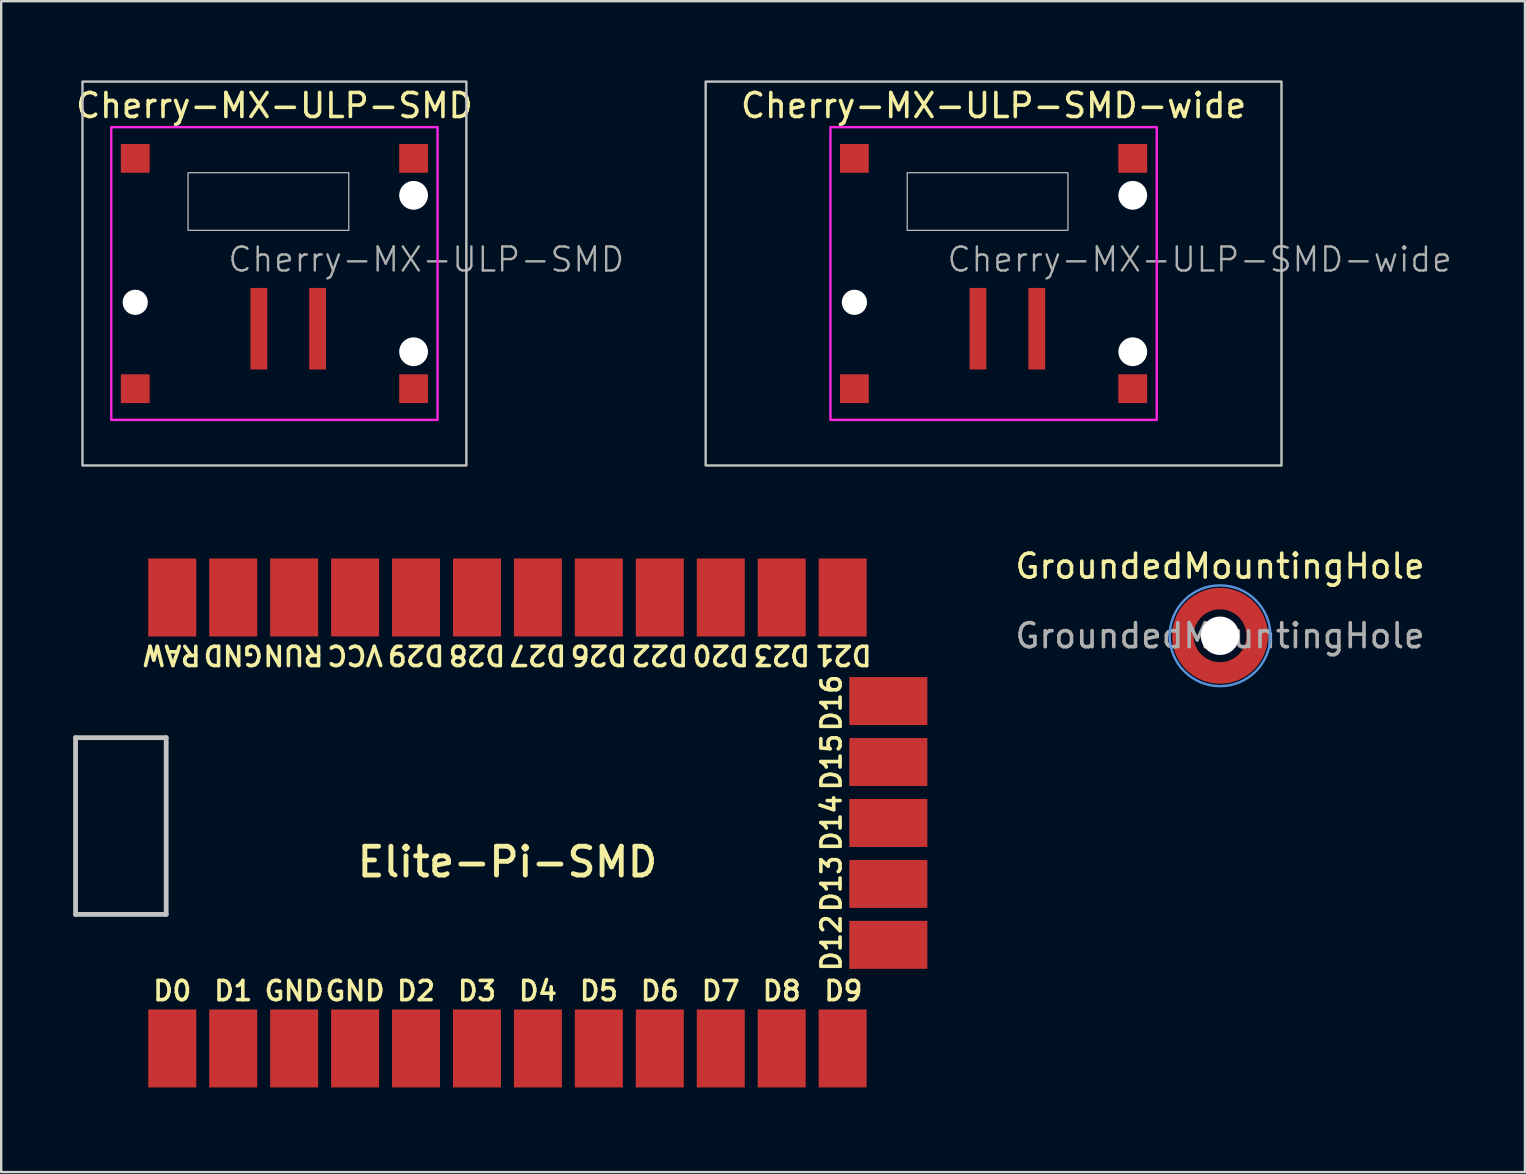
<source format=kicad_pcb>
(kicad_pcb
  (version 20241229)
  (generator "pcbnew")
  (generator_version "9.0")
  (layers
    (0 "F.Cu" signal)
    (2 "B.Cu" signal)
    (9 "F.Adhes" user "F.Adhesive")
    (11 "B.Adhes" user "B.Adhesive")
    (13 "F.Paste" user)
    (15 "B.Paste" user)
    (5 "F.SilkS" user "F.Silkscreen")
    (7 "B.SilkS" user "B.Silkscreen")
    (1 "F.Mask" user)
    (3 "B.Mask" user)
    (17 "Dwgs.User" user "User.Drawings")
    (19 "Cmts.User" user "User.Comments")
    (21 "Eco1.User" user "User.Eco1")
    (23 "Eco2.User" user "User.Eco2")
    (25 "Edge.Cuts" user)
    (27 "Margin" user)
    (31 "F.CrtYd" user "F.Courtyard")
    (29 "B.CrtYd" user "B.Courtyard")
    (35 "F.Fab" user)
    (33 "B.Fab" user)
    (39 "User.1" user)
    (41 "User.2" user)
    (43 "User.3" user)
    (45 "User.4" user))
  (footprint "GroundedMountingHole"
    (layer "F.Cu")
    (at 47.799 23.448)
    (property "Reference" "GroundedMountingHole" (at 0 -2.9 0) (layer "F.SilkS") (effects (font (size 1 1) (thickness 0.15))))
    (attr exclude_from_pos_files exclude_from_bom)
    (fp_circle (center -1.299 -0.75) (end -0.999 -0.75) (stroke (width 0.1) (type solid)) (fill yes) (layer "F.Paste"))
    (fp_circle (center -1.299 0.75) (end -0.999 0.75) (stroke (width 0.1) (type solid)) (fill yes) (layer "F.Paste"))
    (fp_circle (center 0 -1.5) (end 0.3 -1.5) (stroke (width 0.1) (type solid)) (fill yes) (layer "F.Paste"))
    (fp_circle (center 0 1.5) (end 0.3 1.5) (stroke (width 0.1) (type solid)) (fill yes) (layer "F.Paste"))
    (fp_circle (center 1.299 -0.75) (end 1.599 -0.75) (stroke (width 0.1) (type solid)) (fill yes) (layer "F.Paste"))
    (fp_circle (center 1.299 0.75) (end 1.599 0.75) (stroke (width 0.1) (type solid)) (fill yes) (layer "F.Paste"))
    (fp_circle (center 0 0) (end 2.1 0) (stroke (width 0.1) (type solid)) (fill no) (layer "Cmts.User"))
    (fp_circle (center 0 0) (end 2.3 0) (stroke (width 0.1) (type default)) (fill no) (layer "Eco1.User"))
    (fp_text user "${REFERENCE}" (at 0 0 0) (layer "F.Fab") (effects (font (size 1 1) (thickness 0.15))))
    (pad "" np_thru_hole circle (at 0 0) (size 1.6 1.6) (drill 1.6) (layers "*.Cu" "*.Mask"))
    (pad "1" smd custom (at 1.55 0) (size 0.9 0.9) (layers "F.Cu" "F.Mask") (options (anchor circle)) (primitives (gr_circle (center -1.55 0) (end 0 0) (width 0.9) (fill no)))))
  (footprint "Cherry-MX-ULP-SMD-wide"
    (layer "F.Cu")
    (at 38.361 8.35)
    (property "Reference" "Cherry-MX-ULP-SMD-wide" (at 0 -7 0) (unlocked yes) (layer "F.SilkS") (effects (font (size 1 1) (thickness 0.15))))
    (attr smd)
    (fp_rect (start -12 -8) (end 12 8) (stroke (width 0.1) (type solid)) (fill no) (layer "Dwgs.User"))
    (fp_rect (start -3.6 -1.8) (end 3.1 -4.2) (stroke (width 0.05) (type solid)) (fill no) (layer "Dwgs.User"))
    (fp_rect (start -12.3 -8.3) (end 12.3 8.3) (stroke (width 0.1) (type solid)) (fill no) (layer "Eco1.User"))
    (fp_rect (start -6.8 -6.1) (end 6.8 6.1) (stroke (width 0.1) (type solid)) (fill no) (layer "F.CrtYd"))
    (fp_text user "${REFERENCE}" (at -2 0 0) (unlocked yes) (layer "F.Fab") (effects (font (size 1 1) (thickness 0.1)) (justify left bottom)))
    (pad "" smd rect (at -5.8 -4.8) (size 1.2 1.2) (layers "F.Cu" "F.Mask" "F.Paste"))
    (pad "" np_thru_hole circle (at -5.8 1.2) (size 1.05 1.05) (drill 1.05) (layers "*.Cu" "*.Mask"))
    (pad "" smd rect (at -5.8 4.8) (size 1.2 1.2) (layers "F.Cu" "F.Mask" "F.Paste"))
    (pad "" smd rect (at 5.8 -4.8) (size 1.2 1.2) (layers "F.Cu" "F.Mask" "F.Paste"))
    (pad "" np_thru_hole circle (at 5.8 -3.26) (size 1.2 1.2) (drill 1.2) (layers "*.Cu" "*.Mask"))
    (pad "" np_thru_hole circle (at 5.8 3.26) (size 1.2 1.2) (drill 1.2) (layers "*.Cu" "*.Mask"))
    (pad "" smd rect (at 5.8 4.8) (size 1.2 1.2) (layers "F.Cu" "F.Mask" "F.Paste"))
    (pad "1" smd rect (at -0.65 2.3) (size 0.7 3.4) (layers "F.Cu" "F.Mask" "F.Paste"))
    (pad "2" smd rect (at 1.8 2.3) (size 0.7 3.4) (layers "F.Cu" "F.Mask" "F.Paste"))
    (zone (net_name "") (layer "Dwgs.User") (hatch edge 0.508) (connect_pads) (min_thickness 0.254) (filled_areas_thickness no) (keepout (tracks not_allowed) (vias not_allowed) (pads not_allowed) (copperpour not_allowed) (footprints allowed)) (placement (enabled no)) (fill) (polygon (pts (xy 37.161 12.55) (xy 33.361 12.55) (xy 33.361 10.55) (xy 37.161 10.55)))))
  (footprint "Elite-Pi-SMD"
    (layer "F.Cu")
    (at 18.1 31.25)
    (property "Reference" "Elite-Pi-SMD" (at 0 1.625 0) (layer "F.SilkS") (effects (font (size 1.2 1.2) (thickness 0.203))))
    (attr smd)
    (fp_line (start -18 -3.556) (end -14.224 -3.556) (stroke (width 0.2) (type solid)) (layer "Dwgs.User"))
    (fp_line (start -18 3.81) (end -18 -3.556) (stroke (width 0.2) (type solid)) (layer "Dwgs.User"))
    (fp_line (start -14.224 -3.556) (end -14.224 3.81) (stroke (width 0.2) (type solid)) (layer "Dwgs.User"))
    (fp_line (start -14.224 3.81) (end -18 3.81) (stroke (width 0.2) (type solid)) (layer "Dwgs.User"))
    (fp_rect (start -18 -11.5) (end 18 11.5) (stroke (width 0.1) (type default)) (fill no) (layer "Eco1.User"))
    (fp_text user "D0" (at -13.97 7 0) (layer "F.SilkS") (effects (font (size 0.8 0.8) (thickness 0.15))))
    (fp_text user "D20" (at 8.89 -7 180) (unlocked yes) (layer "F.SilkS") (effects (font (size 0.8 0.8) (thickness 0.15))))
    (fp_text user "D1" (at -11.43 7 180) (layer "F.SilkS") (effects (font (size 0.8 0.8) (thickness 0.15))))
    (fp_text user "RAW" (at -14 -7 180) (unlocked yes) (layer "F.SilkS") (effects (font (size 0.8 0.8) (thickness 0.15))))
    (fp_text user "D27" (at 1.27 -7 180) (unlocked yes) (layer "F.SilkS") (effects (font (size 0.8 0.8) (thickness 0.15))))
    (fp_text user "D6" (at 6.35 7 180) (layer "F.SilkS") (effects (font (size 0.8 0.8) (thickness 0.15))))
    (fp_text user "D28" (at -1.27 -7 180) (unlocked yes) (layer "F.SilkS") (effects (font (size 0.8 0.8) (thickness 0.15))))
    (fp_text user "D3" (at -1.27 7 180) (layer "F.SilkS") (effects (font (size 0.8 0.8) (thickness 0.15))))
    (fp_text user "D9" (at 14 7 0) (layer "F.SilkS") (effects (font (size 0.8 0.8) (thickness 0.15))))
    (fp_text user "D23" (at 11.43 -7 180) (unlocked yes) (layer "F.SilkS") (effects (font (size 0.8 0.8) (thickness 0.15))))
    (fp_text user "D7" (at 8.89 7 180) (layer "F.SilkS") (effects (font (size 0.8 0.8) (thickness 0.15))))
    (fp_text user "D22" (at 6.35 -7 180) (unlocked yes) (layer "F.SilkS") (effects (font (size 0.8 0.8) (thickness 0.15))))
    (fp_text user "GND" (at -11.43 -7 180) (unlocked yes) (layer "F.SilkS") (effects (font (size 0.8 0.8) (thickness 0.15))))
    (fp_text user "D2" (at -3.81 7 180) (layer "F.SilkS") (effects (font (size 0.8 0.8) (thickness 0.15))))
    (fp_text user "D29" (at -3.81 -7 180) (unlocked yes) (layer "F.SilkS") (effects (font (size 0.8 0.8) (thickness 0.15))))
    (fp_text user "GND" (at -6.35 7 180) (layer "F.SilkS") (effects (font (size 0.8 0.8) (thickness 0.15))))
    (fp_text user "GND" (at -8.89 7 180) (layer "F.SilkS") (effects (font (size 0.8 0.8) (thickness 0.15))))
    (fp_text user "D4" (at 1.27 7 180) (layer "F.SilkS") (effects (font (size 0.8 0.8) (thickness 0.15))))
    (fp_text user "D12" (at 13.5 5 90) (layer "F.SilkS") (effects (font (size 0.8 0.8) (thickness 0.15))))
    (fp_text user "D21" (at 14 -7 180) (unlocked yes) (layer "F.SilkS") (effects (font (size 0.8 0.8) (thickness 0.15))))
    (fp_text user "D26" (at 3.81 -7 180) (unlocked yes) (layer "F.SilkS") (effects (font (size 0.8 0.8) (thickness 0.15))))
    (fp_text user "D8" (at 11.43 7 180) (layer "F.SilkS") (effects (font (size 0.8 0.8) (thickness 0.15))))
    (fp_text user "D5" (at 3.81 7 180) (layer "F.SilkS") (effects (font (size 0.8 0.8) (thickness 0.15))))
    (fp_text user "D15" (at 13.5 -2.54 90) (layer "F.SilkS") (effects (font (size 0.8 0.8) (thickness 0.15))))
    (fp_text user "D14" (at 13.5 0 90) (layer "F.SilkS") (effects (font (size 0.8 0.8) (thickness 0.15))))
    (fp_text user "VCC" (at -6.35 -7 180) (unlocked yes) (layer "F.SilkS") (effects (font (size 0.8 0.8) (thickness 0.15))))
    (fp_text user "RUN" (at -8.92 -7 180) (unlocked yes) (layer "F.SilkS") (effects (font (size 0.8 0.8) (thickness 0.15))))
    (fp_text user "D13" (at 13.5 2.54 90) (layer "F.SilkS") (effects (font (size 0.8 0.8) (thickness 0.15))))
    (fp_text user "D16" (at 13.5 -5 90) (layer "F.SilkS") (effects (font (size 0.8 0.8) (thickness 0.15))))
    (pad "1" smd rect (at -13.97 9.398) (size 2 3.25) (layers "F.Cu" "F.Mask" "F.Paste"))
    (pad "2" smd rect (at -11.43 9.398) (size 2 3.25) (layers "F.Cu" "F.Mask" "F.Paste"))
    (pad "3" smd rect (at -8.89 9.398) (size 2 3.25) (layers "F.Cu" "F.Mask" "F.Paste"))
    (pad "4" smd rect (at -6.35 9.398) (size 2 3.25) (layers "F.Cu" "F.Mask" "F.Paste"))
    (pad "5" smd rect (at -3.81 9.398) (size 2 3.25) (layers "F.Cu" "F.Mask" "F.Paste"))
    (pad "6" smd rect (at -1.27 9.398) (size 2 3.25) (layers "F.Cu" "F.Mask" "F.Paste"))
    (pad "7" smd rect (at 1.27 9.398) (size 2 3.25) (layers "F.Cu" "F.Mask" "F.Paste"))
    (pad "8" smd rect (at 3.81 9.398) (size 2 3.25) (layers "F.Cu" "F.Mask" "F.Paste"))
    (pad "9" smd rect (at 6.35 9.398) (size 2 3.25) (layers "F.Cu" "F.Mask" "F.Paste"))
    (pad "10" smd rect (at 8.89 9.398) (size 2 3.25) (layers "F.Cu" "F.Mask" "F.Paste"))
    (pad "11" smd rect (at 11.43 9.398) (size 2 3.25) (layers "F.Cu" "F.Mask" "F.Paste"))
    (pad "12" smd rect (at 13.97 9.398) (size 2 3.25) (layers "F.Cu" "F.Mask" "F.Paste"))
    (pad "13" smd rect (at 13.97 -9.398) (size 2 3.25) (layers "F.Cu" "F.Mask" "F.Paste"))
    (pad "14" smd rect (at 11.43 -9.398) (size 2 3.25) (layers "F.Cu" "F.Mask" "F.Paste"))
    (pad "15" smd rect (at 8.89 -9.398) (size 2 3.25) (layers "F.Cu" "F.Mask" "F.Paste"))
    (pad "16" smd rect (at 6.35 -9.398) (size 2 3.25) (layers "F.Cu" "F.Mask" "F.Paste"))
    (pad "17" smd rect (at 3.81 -9.398) (size 2 3.25) (layers "F.Cu" "F.Mask" "F.Paste"))
    (pad "18" smd rect (at 1.27 -9.398) (size 2 3.25) (layers "F.Cu" "F.Mask" "F.Paste"))
    (pad "19" smd rect (at -1.27 -9.398) (size 2 3.25) (layers "F.Cu" "F.Mask" "F.Paste"))
    (pad "20" smd rect (at -3.81 -9.398) (size 2 3.25) (layers "F.Cu" "F.Mask" "F.Paste"))
    (pad "21" smd rect (at -6.35 -9.398) (size 2 3.25) (layers "F.Cu" "F.Mask" "F.Paste"))
    (pad "22" smd rect (at -8.89 -9.398) (size 2 3.25) (layers "F.Cu" "F.Mask" "F.Paste"))
    (pad "23" smd rect (at -11.43 -9.398) (size 2 3.25) (layers "F.Cu" "F.Mask" "F.Paste"))
    (pad "24" smd rect (at -13.97 -9.398) (size 2 3.25) (layers "F.Cu" "F.Mask" "F.Paste"))
    (pad "25" smd rect (at 15.875 5.08 90) (size 2 3.25) (layers "F.Cu" "F.Mask" "F.Paste"))
    (pad "26" smd rect (at 15.875 2.54 90) (size 2 3.25) (layers "F.Cu" "F.Mask" "F.Paste"))
    (pad "27" smd rect (at 15.875 0 90) (size 2 3.25) (layers "F.Cu" "F.Mask" "F.Paste"))
    (pad "28" smd rect (at 15.875 -2.54 90) (size 2 3.25) (layers "F.Cu" "F.Mask" "F.Paste"))
    (pad "29" smd rect (at 15.875 -5.08 90) (size 2 3.25) (layers "F.Cu" "F.Mask" "F.Paste")))
  (footprint "Cherry-MX-ULP-SMD"
    (layer "F.Cu")
    (at 8.387 8.35)
    (property "Reference" "Cherry-MX-ULP-SMD" (at 0 -7 0) (unlocked yes) (layer "F.SilkS") (effects (font (size 1 1) (thickness 0.15))))
    (attr smd)
    (fp_rect (start -8 -8) (end 8 8) (stroke (width 0.1) (type solid)) (fill no) (layer "Dwgs.User"))
    (fp_rect (start -3.6 -1.8) (end 3.1 -4.2) (stroke (width 0.05) (type solid)) (fill no) (layer "Dwgs.User"))
    (fp_rect (start -8.3 -8.3) (end 8.3 8.3) (stroke (width 0.1) (type solid)) (fill no) (layer "Eco1.User"))
    (fp_rect (start -6.8 -6.1) (end 6.8 6.1) (stroke (width 0.1) (type solid)) (fill no) (layer "F.CrtYd"))
    (fp_text user "${REFERENCE}" (at -2 0 0) (unlocked yes) (layer "F.Fab") (effects (font (size 1 1) (thickness 0.1)) (justify left bottom)))
    (pad "" smd rect (at -5.8 -4.8) (size 1.2 1.2) (layers "F.Cu" "F.Mask" "F.Paste"))
    (pad "" np_thru_hole circle (at -5.8 1.2) (size 1.05 1.05) (drill 1.05) (layers "*.Cu" "*.Mask"))
    (pad "" smd rect (at -5.8 4.8) (size 1.2 1.2) (layers "F.Cu" "F.Mask" "F.Paste"))
    (pad "" smd rect (at 5.8 -4.8) (size 1.2 1.2) (layers "F.Cu" "F.Mask" "F.Paste"))
    (pad "" np_thru_hole circle (at 5.8 -3.26) (size 1.2 1.2) (drill 1.2) (layers "*.Cu" "*.Mask"))
    (pad "" np_thru_hole circle (at 5.8 3.26) (size 1.2 1.2) (drill 1.2) (layers "*.Cu" "*.Mask"))
    (pad "" smd rect (at 5.8 4.8) (size 1.2 1.2) (layers "F.Cu" "F.Mask" "F.Paste"))
    (pad "1" smd rect (at -0.65 2.3) (size 0.7 3.4) (layers "F.Cu" "F.Mask" "F.Paste"))
    (pad "2" smd rect (at 1.8 2.3) (size 0.7 3.4) (layers "F.Cu" "F.Mask" "F.Paste"))
    (zone (net_name "") (layer "Dwgs.User") (hatch edge 0.508) (connect_pads) (min_thickness 0.254) (filled_areas_thickness no) (keepout (tracks not_allowed) (vias not_allowed) (pads not_allowed) (copperpour not_allowed) (footprints allowed)) (placement (enabled no)) (fill) (polygon (pts (xy 7.187 12.55) (xy 3.387 12.55) (xy 3.387 10.55) (xy 7.187 10.55)))))
  (gr_rect
    (start -3 -3)
    (end 60.508 45.8)
    (stroke (width 0.1) (type default))
    (fill no)
    (layer "Edge.Cuts")))
</source>
